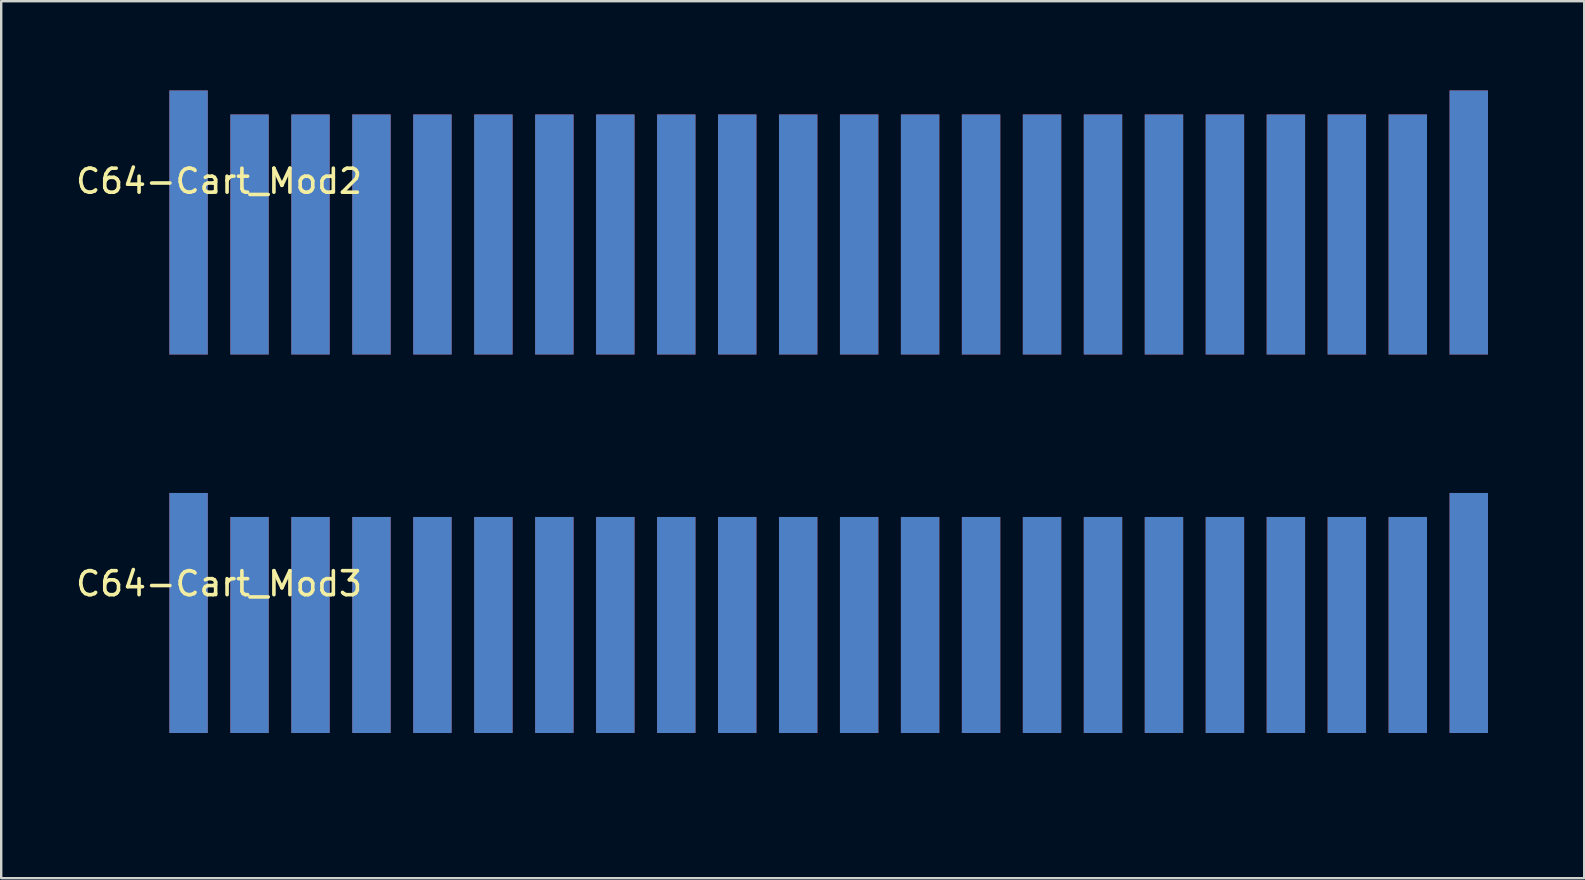
<source format=kicad_pcb>
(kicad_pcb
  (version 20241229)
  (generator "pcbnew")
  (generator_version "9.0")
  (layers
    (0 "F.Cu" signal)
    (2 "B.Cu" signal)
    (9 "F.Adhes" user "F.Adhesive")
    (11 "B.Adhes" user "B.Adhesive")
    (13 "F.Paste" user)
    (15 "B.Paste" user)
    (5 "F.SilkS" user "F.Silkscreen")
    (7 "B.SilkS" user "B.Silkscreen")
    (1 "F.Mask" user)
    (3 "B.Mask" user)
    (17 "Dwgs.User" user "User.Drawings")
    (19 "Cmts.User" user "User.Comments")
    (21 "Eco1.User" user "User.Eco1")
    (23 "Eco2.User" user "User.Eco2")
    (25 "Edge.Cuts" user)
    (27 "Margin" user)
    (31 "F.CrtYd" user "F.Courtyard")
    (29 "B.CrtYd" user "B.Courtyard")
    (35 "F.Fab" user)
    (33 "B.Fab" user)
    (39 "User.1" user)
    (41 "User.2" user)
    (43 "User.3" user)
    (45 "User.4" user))
  (footprint "C64-Cart_Mod3"
    (layer "F.Cu")
    (at 2.267 30.29)
    (property "Reference" "C64-Cart_Mod3" (at 3.81 -9.018 0) (layer "F.SilkS") (effects (font (size 1 1) (thickness 0.15))))
    (attr through_hole)
    (pad "" smd rect (at 28.89 -8.02 180) (size 57.6 11) (layers "F.Mask"))
    (pad "" smd rect (at 28.89 -8.02 180) (size 57.6 11) (layers "B.Mask"))
    (pad "1" smd rect (at 2.54 -7.8 180) (size 1.6 10) (layers "F.Cu" "F.Mask" "F.Paste"))
    (pad "2" smd rect (at 5.08 -7.3 180) (size 1.6 9) (layers "F.Cu" "F.Mask" "F.Paste"))
    (pad "3" smd rect (at 7.62 -7.3 180) (size 1.6 9) (layers "F.Cu" "F.Mask" "F.Paste"))
    (pad "4" smd rect (at 10.16 -7.3 180) (size 1.6 9) (layers "F.Cu" "F.Mask" "F.Paste"))
    (pad "5" smd rect (at 12.7 -7.3 180) (size 1.6 9) (layers "F.Cu" "F.Mask" "F.Paste"))
    (pad "6" smd rect (at 15.24 -7.3 180) (size 1.6 9) (layers "F.Cu" "F.Mask" "F.Paste"))
    (pad "7" smd rect (at 17.78 -7.3 180) (size 1.6 9) (layers "F.Cu" "F.Mask" "F.Paste"))
    (pad "8" smd rect (at 20.32 -7.3 180) (size 1.6 9) (layers "F.Cu" "F.Mask" "F.Paste"))
    (pad "9" smd rect (at 22.86 -7.3 180) (size 1.6 9) (layers "F.Cu" "F.Mask" "F.Paste"))
    (pad "10" smd rect (at 25.4 -7.3 180) (size 1.6 9) (layers "F.Cu" "F.Mask" "F.Paste"))
    (pad "11" smd rect (at 27.94 -7.3 180) (size 1.6 9) (layers "F.Cu" "F.Mask" "F.Paste"))
    (pad "12" smd rect (at 30.48 -7.3 180) (size 1.6 9) (layers "F.Cu" "F.Mask" "F.Paste"))
    (pad "13" smd rect (at 33.02 -7.3 180) (size 1.6 9) (layers "F.Cu" "F.Mask" "F.Paste"))
    (pad "14" smd rect (at 35.56 -7.3 180) (size 1.6 9) (layers "F.Cu" "F.Mask" "F.Paste"))
    (pad "15" smd rect (at 38.1 -7.3 180) (size 1.6 9) (layers "F.Cu" "F.Mask" "F.Paste"))
    (pad "16" smd rect (at 40.64 -7.3 180) (size 1.6 9) (layers "F.Cu" "F.Mask" "F.Paste"))
    (pad "17" smd rect (at 43.18 -7.3 180) (size 1.6 9) (layers "F.Cu" "F.Mask" "F.Paste"))
    (pad "18" smd rect (at 45.72 -7.3 180) (size 1.6 9) (layers "F.Cu" "F.Mask" "F.Paste"))
    (pad "19" smd rect (at 48.26 -7.3 180) (size 1.6 9) (layers "F.Cu" "F.Mask" "F.Paste"))
    (pad "20" smd rect (at 50.8 -7.3 180) (size 1.6 9) (layers "F.Cu" "F.Mask" "F.Paste"))
    (pad "21" smd rect (at 53.34 -7.3 180) (size 1.6 9) (layers "F.Cu" "F.Mask" "F.Paste"))
    (pad "22" smd rect (at 55.88 -7.8 180) (size 1.6 10) (layers "F.Cu" "F.Mask" "F.Paste"))
    (pad "A" smd rect (at 2.54 -7.8) (size 1.6 10) (layers "B.Cu" "B.Mask" "B.Paste"))
    (pad "B" smd rect (at 5.08 -7.3) (size 1.6 9) (layers "B.Cu" "B.Mask" "B.Paste"))
    (pad "C" smd rect (at 7.62 -7.3) (size 1.6 9) (layers "B.Cu" "B.Mask" "B.Paste"))
    (pad "D" smd rect (at 10.16 -7.3) (size 1.6 9) (layers "B.Cu" "B.Mask" "B.Paste"))
    (pad "E" smd rect (at 12.7 -7.3) (size 1.6 9) (layers "B.Cu" "B.Mask" "B.Paste"))
    (pad "F" smd rect (at 15.24 -7.3) (size 1.6 9) (layers "B.Cu" "B.Mask" "B.Paste"))
    (pad "H" smd rect (at 17.78 -7.3) (size 1.6 9) (layers "B.Cu" "B.Mask" "B.Paste"))
    (pad "J" smd rect (at 20.32 -7.3) (size 1.6 9) (layers "B.Cu" "B.Mask" "B.Paste"))
    (pad "K" smd rect (at 22.86 -7.3) (size 1.6 9) (layers "B.Cu" "B.Mask" "B.Paste"))
    (pad "L" smd rect (at 25.4 -7.3) (size 1.6 9) (layers "B.Cu" "B.Mask" "B.Paste"))
    (pad "M" smd rect (at 27.94 -7.3) (size 1.6 9) (layers "B.Cu" "B.Mask" "B.Paste"))
    (pad "N" smd rect (at 30.48 -7.3) (size 1.6 9) (layers "B.Cu" "B.Mask" "B.Paste"))
    (pad "P" smd rect (at 33.02 -7.3) (size 1.6 9) (layers "B.Cu" "B.Mask" "B.Paste"))
    (pad "R" smd rect (at 35.56 -7.3) (size 1.6 9) (layers "B.Cu" "B.Mask" "B.Paste"))
    (pad "S" smd rect (at 38.1 -7.3) (size 1.6 9) (layers "B.Cu" "B.Mask" "B.Paste"))
    (pad "T" smd rect (at 40.64 -7.3) (size 1.6 9) (layers "B.Cu" "B.Mask" "B.Paste"))
    (pad "U" smd rect (at 43.18 -7.3) (size 1.6 9) (layers "B.Cu" "B.Mask" "B.Paste"))
    (pad "V" smd rect (at 45.72 -7.3) (size 1.6 9) (layers "B.Cu" "B.Mask" "B.Paste"))
    (pad "W" smd rect (at 48.26 -7.3) (size 1.6 9) (layers "B.Cu" "B.Mask" "B.Paste"))
    (pad "X" smd rect (at 50.8 -7.3) (size 1.6 9) (layers "B.Cu" "B.Mask" "B.Paste"))
    (pad "Y" smd rect (at 53.34 -7.3) (size 1.6 9) (layers "B.Cu" "B.Mask" "B.Paste"))
    (pad "Z" smd rect (at 55.88 -7.8) (size 1.6 10) (layers "B.Cu" "B.Mask" "B.Paste")))
  (footprint "C64-Cart_Mod2"
    (layer "F.Cu")
    (at 2.267 13.52)
    (property "Reference" "C64-Cart_Mod2" (at 3.81 -9.018 0) (layer "F.SilkS") (effects (font (size 1 1) (thickness 0.15))))
    (attr through_hole)
    (pad "" smd rect (at 28.89 -7.52 180) (size 57.6 12) (layers "F.Mask"))
    (pad "" smd rect (at 28.89 -7.52 180) (size 57.6 12) (layers "B.Mask"))
    (pad "1" smd rect (at 2.54 -7.3 180) (size 1.6 11) (layers "F.Cu" "F.Mask" "F.Paste"))
    (pad "2" smd rect (at 5.08 -6.8 180) (size 1.6 10) (layers "F.Cu" "F.Mask" "F.Paste"))
    (pad "3" smd rect (at 7.62 -6.8 180) (size 1.6 10) (layers "F.Cu" "F.Mask" "F.Paste"))
    (pad "4" smd rect (at 10.16 -6.8 180) (size 1.6 10) (layers "F.Cu" "F.Mask" "F.Paste"))
    (pad "5" smd rect (at 12.7 -6.8 180) (size 1.6 10) (layers "F.Cu" "F.Mask" "F.Paste"))
    (pad "6" smd rect (at 15.24 -6.8 180) (size 1.6 10) (layers "F.Cu" "F.Mask" "F.Paste"))
    (pad "7" smd rect (at 17.78 -6.8 180) (size 1.6 10) (layers "F.Cu" "F.Mask" "F.Paste"))
    (pad "8" smd rect (at 20.32 -6.8 180) (size 1.6 10) (layers "F.Cu" "F.Mask" "F.Paste"))
    (pad "9" smd rect (at 22.86 -6.8 180) (size 1.6 10) (layers "F.Cu" "F.Mask" "F.Paste"))
    (pad "10" smd rect (at 25.4 -6.8 180) (size 1.6 10) (layers "F.Cu" "F.Mask" "F.Paste"))
    (pad "11" smd rect (at 27.94 -6.8 180) (size 1.6 10) (layers "F.Cu" "F.Mask" "F.Paste"))
    (pad "12" smd rect (at 30.48 -6.8 180) (size 1.6 10) (layers "F.Cu" "F.Mask" "F.Paste"))
    (pad "13" smd rect (at 33.02 -6.8 180) (size 1.6 10) (layers "F.Cu" "F.Mask" "F.Paste"))
    (pad "14" smd rect (at 35.56 -6.8 180) (size 1.6 10) (layers "F.Cu" "F.Mask" "F.Paste"))
    (pad "15" smd rect (at 38.1 -6.8 180) (size 1.6 10) (layers "F.Cu" "F.Mask" "F.Paste"))
    (pad "16" smd rect (at 40.64 -6.8 180) (size 1.6 10) (layers "F.Cu" "F.Mask" "F.Paste"))
    (pad "17" smd rect (at 43.18 -6.8 180) (size 1.6 10) (layers "F.Cu" "F.Mask" "F.Paste"))
    (pad "18" smd rect (at 45.72 -6.8 180) (size 1.6 10) (layers "F.Cu" "F.Mask" "F.Paste"))
    (pad "19" smd rect (at 48.26 -6.8 180) (size 1.6 10) (layers "F.Cu" "F.Mask" "F.Paste"))
    (pad "20" smd rect (at 50.8 -6.8 180) (size 1.6 10) (layers "F.Cu" "F.Mask" "F.Paste"))
    (pad "21" smd rect (at 53.34 -6.8 180) (size 1.6 10) (layers "F.Cu" "F.Mask" "F.Paste"))
    (pad "22" smd rect (at 55.88 -7.3 180) (size 1.6 11) (layers "F.Cu" "F.Mask" "F.Paste"))
    (pad "A" smd rect (at 2.54 -7.3) (size 1.6 11) (layers "B.Cu" "B.Mask" "B.Paste"))
    (pad "B" smd rect (at 5.08 -6.8) (size 1.6 10) (layers "B.Cu" "B.Mask" "B.Paste"))
    (pad "C" smd rect (at 7.62 -6.8) (size 1.6 10) (layers "B.Cu" "B.Mask" "B.Paste"))
    (pad "D" smd rect (at 10.16 -6.8) (size 1.6 10) (layers "B.Cu" "B.Mask" "B.Paste"))
    (pad "E" smd rect (at 12.7 -6.8) (size 1.6 10) (layers "B.Cu" "B.Mask" "B.Paste"))
    (pad "F" smd rect (at 15.24 -6.8) (size 1.6 10) (layers "B.Cu" "B.Mask" "B.Paste"))
    (pad "H" smd rect (at 17.78 -6.8) (size 1.6 10) (layers "B.Cu" "B.Mask" "B.Paste"))
    (pad "J" smd rect (at 20.32 -6.8) (size 1.6 10) (layers "B.Cu" "B.Mask" "B.Paste"))
    (pad "K" smd rect (at 22.86 -6.8) (size 1.6 10) (layers "B.Cu" "B.Mask" "B.Paste"))
    (pad "L" smd rect (at 25.4 -6.8) (size 1.6 10) (layers "B.Cu" "B.Mask" "B.Paste"))
    (pad "M" smd rect (at 27.94 -6.8) (size 1.6 10) (layers "B.Cu" "B.Mask" "B.Paste"))
    (pad "N" smd rect (at 30.48 -6.8) (size 1.6 10) (layers "B.Cu" "B.Mask" "B.Paste"))
    (pad "P" smd rect (at 33.02 -6.8) (size 1.6 10) (layers "B.Cu" "B.Mask" "B.Paste"))
    (pad "R" smd rect (at 35.56 -6.8) (size 1.6 10) (layers "B.Cu" "B.Mask" "B.Paste"))
    (pad "S" smd rect (at 38.1 -6.8) (size 1.6 10) (layers "B.Cu" "B.Mask" "B.Paste"))
    (pad "T" smd rect (at 40.64 -6.8) (size 1.6 10) (layers "B.Cu" "B.Mask" "B.Paste"))
    (pad "U" smd rect (at 43.18 -6.8) (size 1.6 10) (layers "B.Cu" "B.Mask" "B.Paste"))
    (pad "V" smd rect (at 45.72 -6.8) (size 1.6 10) (layers "B.Cu" "B.Mask" "B.Paste"))
    (pad "W" smd rect (at 48.26 -6.8) (size 1.6 10) (layers "B.Cu" "B.Mask" "B.Paste"))
    (pad "X" smd rect (at 50.8 -6.8) (size 1.6 10) (layers "B.Cu" "B.Mask" "B.Paste"))
    (pad "Y" smd rect (at 53.34 -6.8) (size 1.6 10) (layers "B.Cu" "B.Mask" "B.Paste"))
    (pad "Z" smd rect (at 55.88 -7.3) (size 1.6 11) (layers "B.Cu" "B.Mask" "B.Paste")))
  (gr_rect
    (start -3 -3)
    (end 62.957 33.54)
    (stroke (width 0.1) (type default))
    (fill no)
    (layer "Edge.Cuts")))
</source>
